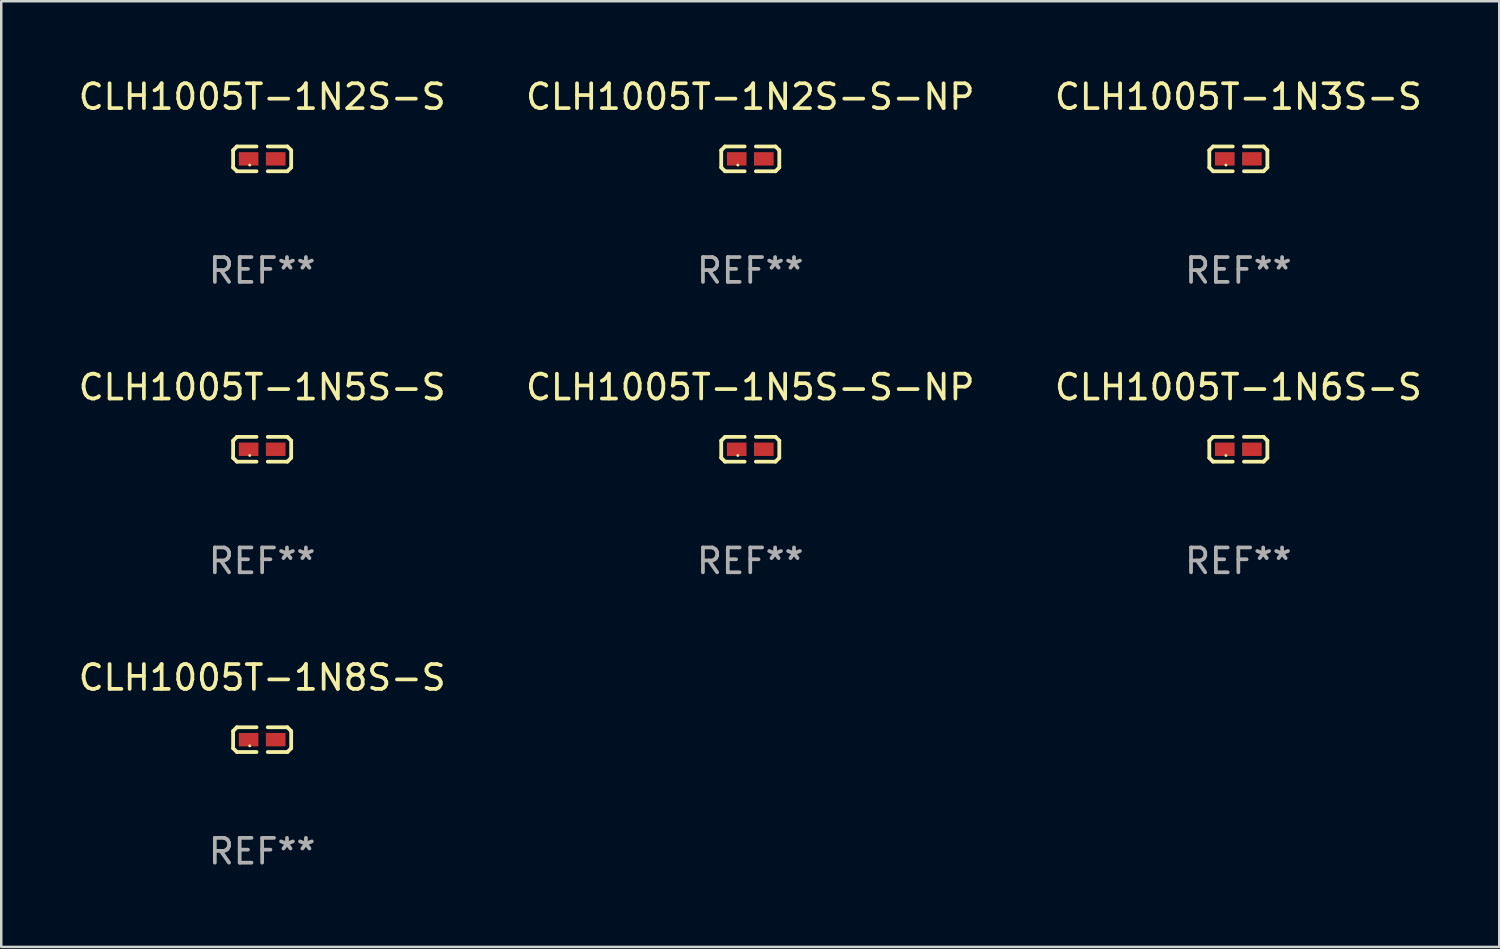
<source format=kicad_pcb>
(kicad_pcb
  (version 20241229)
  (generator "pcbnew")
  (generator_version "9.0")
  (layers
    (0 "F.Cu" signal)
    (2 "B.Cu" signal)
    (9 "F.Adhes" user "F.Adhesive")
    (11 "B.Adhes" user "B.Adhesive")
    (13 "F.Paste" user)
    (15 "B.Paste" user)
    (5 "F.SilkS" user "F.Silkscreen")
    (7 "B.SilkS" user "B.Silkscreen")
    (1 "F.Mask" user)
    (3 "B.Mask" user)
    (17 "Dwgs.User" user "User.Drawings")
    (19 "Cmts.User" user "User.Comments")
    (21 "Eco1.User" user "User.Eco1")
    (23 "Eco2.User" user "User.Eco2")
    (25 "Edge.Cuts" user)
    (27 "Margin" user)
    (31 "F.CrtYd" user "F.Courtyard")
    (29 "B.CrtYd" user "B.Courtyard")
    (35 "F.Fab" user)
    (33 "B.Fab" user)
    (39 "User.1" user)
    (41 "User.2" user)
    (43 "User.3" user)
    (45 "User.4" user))
  (footprint "CLH1005T-1N5S-S"
    (layer "F.Cu")
    (at 7.506 15.041)
    (property "Reference" "CLH1005T-1N5S-S" (at 0 -2.499 0) (layer "F.SilkS") (effects (font (size 1 1) (thickness 0.15))))
    (attr through_hole)
    (fp_line (start -1.169 -0.346) (end -1.016 -0.499) (stroke (width 0.152) (type solid)) (layer "F.SilkS"))
    (fp_line (start -1.169 0.346) (end -1.169 -0.346) (stroke (width 0.152) (type solid)) (layer "F.SilkS"))
    (fp_line (start -1.016 -0.499) (end -0.226 -0.499) (stroke (width 0.152) (type solid)) (layer "F.SilkS"))
    (fp_line (start -1.016 0.499) (end -1.169 0.346) (stroke (width 0.152) (type solid)) (layer "F.SilkS"))
    (fp_line (start -0.226 0.499) (end -1.016 0.499) (stroke (width 0.152) (type solid)) (layer "F.SilkS"))
    (fp_line (start 0.226 0.499) (end 1.016 0.499) (stroke (width 0.152) (type solid)) (layer "F.SilkS"))
    (fp_line (start 1.016 -0.499) (end 0.226 -0.499) (stroke (width 0.152) (type solid)) (layer "F.SilkS"))
    (fp_line (start 1.016 0.499) (end 1.169 0.346) (stroke (width 0.152) (type solid)) (layer "F.SilkS"))
    (fp_line (start 1.169 -0.346) (end 1.016 -0.499) (stroke (width 0.152) (type solid)) (layer "F.SilkS"))
    (fp_line (start 1.169 0.346) (end 1.169 -0.346) (stroke (width 0.152) (type solid)) (layer "F.SilkS"))
    (fp_circle (center -0.5 0.25) (end -0.47 0.25) (stroke (width 0.06) (type solid)) (fill no) (layer "F.SilkS"))
    (fp_text user "REF**" (at 0 4.499 0) (layer "F.Fab") (effects (font (size 1 1) (thickness 0.15))))
    (pad "1" smd rect (at -0.545 0) (size 0.79 0.54) (layers "F.Cu" "F.Mask" "F.Paste"))
    (pad "2" smd rect (at 0.545 0) (size 0.79 0.54) (layers "F.Cu" "F.Mask" "F.Paste")))
  (footprint "CLH1005T-1N3S-S"
    (layer "F.Cu")
    (at 46.815 3.347)
    (property "Reference" "CLH1005T-1N3S-S" (at 0 -2.499 0) (layer "F.SilkS") (effects (font (size 1 1) (thickness 0.15))))
    (attr through_hole)
    (fp_line (start -1.169 -0.346) (end -1.016 -0.499) (stroke (width 0.152) (type solid)) (layer "F.SilkS"))
    (fp_line (start -1.169 0.346) (end -1.169 -0.346) (stroke (width 0.152) (type solid)) (layer "F.SilkS"))
    (fp_line (start -1.016 -0.499) (end -0.226 -0.499) (stroke (width 0.152) (type solid)) (layer "F.SilkS"))
    (fp_line (start -1.016 0.499) (end -1.169 0.346) (stroke (width 0.152) (type solid)) (layer "F.SilkS"))
    (fp_line (start -0.226 0.499) (end -1.016 0.499) (stroke (width 0.152) (type solid)) (layer "F.SilkS"))
    (fp_line (start 0.226 0.499) (end 1.016 0.499) (stroke (width 0.152) (type solid)) (layer "F.SilkS"))
    (fp_line (start 1.016 -0.499) (end 0.226 -0.499) (stroke (width 0.152) (type solid)) (layer "F.SilkS"))
    (fp_line (start 1.016 0.499) (end 1.169 0.346) (stroke (width 0.152) (type solid)) (layer "F.SilkS"))
    (fp_line (start 1.169 -0.346) (end 1.016 -0.499) (stroke (width 0.152) (type solid)) (layer "F.SilkS"))
    (fp_line (start 1.169 0.346) (end 1.169 -0.346) (stroke (width 0.152) (type solid)) (layer "F.SilkS"))
    (fp_circle (center -0.5 0.25) (end -0.47 0.25) (stroke (width 0.06) (type solid)) (fill no) (layer "F.SilkS"))
    (fp_text user "REF**" (at 0 4.499 0) (layer "F.Fab") (effects (font (size 1 1) (thickness 0.15))))
    (pad "1" smd rect (at -0.545 0) (size 0.79 0.54) (layers "F.Cu" "F.Mask" "F.Paste"))
    (pad "2" smd rect (at 0.545 0) (size 0.79 0.54) (layers "F.Cu" "F.Mask" "F.Paste")))
  (footprint "CLH1005T-1N2S-S-NP"
    (layer "F.Cu")
    (at 27.161 3.347)
    (property "Reference" "CLH1005T-1N2S-S-NP" (at 0 -2.499 0) (layer "F.SilkS") (effects (font (size 1 1) (thickness 0.15))))
    (attr through_hole)
    (fp_line (start -1.169 -0.346) (end -1.016 -0.499) (stroke (width 0.152) (type solid)) (layer "F.SilkS"))
    (fp_line (start -1.169 0.346) (end -1.169 -0.346) (stroke (width 0.152) (type solid)) (layer "F.SilkS"))
    (fp_line (start -1.016 -0.499) (end -0.226 -0.499) (stroke (width 0.152) (type solid)) (layer "F.SilkS"))
    (fp_line (start -1.016 0.499) (end -1.169 0.346) (stroke (width 0.152) (type solid)) (layer "F.SilkS"))
    (fp_line (start -0.226 0.499) (end -1.016 0.499) (stroke (width 0.152) (type solid)) (layer "F.SilkS"))
    (fp_line (start 0.226 0.499) (end 1.016 0.499) (stroke (width 0.152) (type solid)) (layer "F.SilkS"))
    (fp_line (start 1.016 -0.499) (end 0.226 -0.499) (stroke (width 0.152) (type solid)) (layer "F.SilkS"))
    (fp_line (start 1.016 0.499) (end 1.169 0.346) (stroke (width 0.152) (type solid)) (layer "F.SilkS"))
    (fp_line (start 1.169 -0.346) (end 1.016 -0.499) (stroke (width 0.152) (type solid)) (layer "F.SilkS"))
    (fp_line (start 1.169 0.346) (end 1.169 -0.346) (stroke (width 0.152) (type solid)) (layer "F.SilkS"))
    (fp_circle (center -0.5 0.25) (end -0.47 0.25) (stroke (width 0.06) (type solid)) (fill no) (layer "F.SilkS"))
    (fp_text user "REF**" (at 0 4.499 0) (layer "F.Fab") (effects (font (size 1 1) (thickness 0.15))))
    (pad "1" smd rect (at -0.545 0) (size 0.79 0.54) (layers "F.Cu" "F.Mask" "F.Paste"))
    (pad "2" smd rect (at 0.545 0) (size 0.79 0.54) (layers "F.Cu" "F.Mask" "F.Paste")))
  (footprint "CLH1005T-1N8S-S"
    (layer "F.Cu")
    (at 7.506 26.734)
    (property "Reference" "CLH1005T-1N8S-S" (at 0 -2.499 0) (layer "F.SilkS") (effects (font (size 1 1) (thickness 0.15))))
    (attr through_hole)
    (fp_line (start -1.169 -0.346) (end -1.016 -0.499) (stroke (width 0.152) (type solid)) (layer "F.SilkS"))
    (fp_line (start -1.169 0.346) (end -1.169 -0.346) (stroke (width 0.152) (type solid)) (layer "F.SilkS"))
    (fp_line (start -1.016 -0.499) (end -0.226 -0.499) (stroke (width 0.152) (type solid)) (layer "F.SilkS"))
    (fp_line (start -1.016 0.499) (end -1.169 0.346) (stroke (width 0.152) (type solid)) (layer "F.SilkS"))
    (fp_line (start -0.226 0.499) (end -1.016 0.499) (stroke (width 0.152) (type solid)) (layer "F.SilkS"))
    (fp_line (start 0.226 0.499) (end 1.016 0.499) (stroke (width 0.152) (type solid)) (layer "F.SilkS"))
    (fp_line (start 1.016 -0.499) (end 0.226 -0.499) (stroke (width 0.152) (type solid)) (layer "F.SilkS"))
    (fp_line (start 1.016 0.499) (end 1.169 0.346) (stroke (width 0.152) (type solid)) (layer "F.SilkS"))
    (fp_line (start 1.169 -0.346) (end 1.016 -0.499) (stroke (width 0.152) (type solid)) (layer "F.SilkS"))
    (fp_line (start 1.169 0.346) (end 1.169 -0.346) (stroke (width 0.152) (type solid)) (layer "F.SilkS"))
    (fp_circle (center -0.5 0.25) (end -0.47 0.25) (stroke (width 0.06) (type solid)) (fill no) (layer "F.SilkS"))
    (fp_text user "REF**" (at 0 4.499 0) (layer "F.Fab") (effects (font (size 1 1) (thickness 0.15))))
    (pad "1" smd rect (at -0.545 0) (size 0.79 0.54) (layers "F.Cu" "F.Mask" "F.Paste"))
    (pad "2" smd rect (at 0.545 0) (size 0.79 0.54) (layers "F.Cu" "F.Mask" "F.Paste")))
  (footprint "CLH1005T-1N5S-S-NP"
    (layer "F.Cu")
    (at 27.161 15.041)
    (property "Reference" "CLH1005T-1N5S-S-NP" (at 0 -2.499 0) (layer "F.SilkS") (effects (font (size 1 1) (thickness 0.15))))
    (attr through_hole)
    (fp_line (start -1.169 -0.346) (end -1.016 -0.499) (stroke (width 0.152) (type solid)) (layer "F.SilkS"))
    (fp_line (start -1.169 0.346) (end -1.169 -0.346) (stroke (width 0.152) (type solid)) (layer "F.SilkS"))
    (fp_line (start -1.016 -0.499) (end -0.226 -0.499) (stroke (width 0.152) (type solid)) (layer "F.SilkS"))
    (fp_line (start -1.016 0.499) (end -1.169 0.346) (stroke (width 0.152) (type solid)) (layer "F.SilkS"))
    (fp_line (start -0.226 0.499) (end -1.016 0.499) (stroke (width 0.152) (type solid)) (layer "F.SilkS"))
    (fp_line (start 0.226 0.499) (end 1.016 0.499) (stroke (width 0.152) (type solid)) (layer "F.SilkS"))
    (fp_line (start 1.016 -0.499) (end 0.226 -0.499) (stroke (width 0.152) (type solid)) (layer "F.SilkS"))
    (fp_line (start 1.016 0.499) (end 1.169 0.346) (stroke (width 0.152) (type solid)) (layer "F.SilkS"))
    (fp_line (start 1.169 -0.346) (end 1.016 -0.499) (stroke (width 0.152) (type solid)) (layer "F.SilkS"))
    (fp_line (start 1.169 0.346) (end 1.169 -0.346) (stroke (width 0.152) (type solid)) (layer "F.SilkS"))
    (fp_circle (center -0.5 0.25) (end -0.47 0.25) (stroke (width 0.06) (type solid)) (fill no) (layer "F.SilkS"))
    (fp_text user "REF**" (at 0 4.499 0) (layer "F.Fab") (effects (font (size 1 1) (thickness 0.15))))
    (pad "1" smd rect (at -0.545 0) (size 0.79 0.54) (layers "F.Cu" "F.Mask" "F.Paste"))
    (pad "2" smd rect (at 0.545 0) (size 0.79 0.54) (layers "F.Cu" "F.Mask" "F.Paste")))
  (footprint "CLH1005T-1N2S-S"
    (layer "F.Cu")
    (at 7.506 3.347)
    (property "Reference" "CLH1005T-1N2S-S" (at 0 -2.499 0) (layer "F.SilkS") (effects (font (size 1 1) (thickness 0.15))))
    (attr through_hole)
    (fp_line (start -1.169 -0.346) (end -1.016 -0.499) (stroke (width 0.152) (type solid)) (layer "F.SilkS"))
    (fp_line (start -1.169 0.346) (end -1.169 -0.346) (stroke (width 0.152) (type solid)) (layer "F.SilkS"))
    (fp_line (start -1.016 -0.499) (end -0.226 -0.499) (stroke (width 0.152) (type solid)) (layer "F.SilkS"))
    (fp_line (start -1.016 0.499) (end -1.169 0.346) (stroke (width 0.152) (type solid)) (layer "F.SilkS"))
    (fp_line (start -0.226 0.499) (end -1.016 0.499) (stroke (width 0.152) (type solid)) (layer "F.SilkS"))
    (fp_line (start 0.226 0.499) (end 1.016 0.499) (stroke (width 0.152) (type solid)) (layer "F.SilkS"))
    (fp_line (start 1.016 -0.499) (end 0.226 -0.499) (stroke (width 0.152) (type solid)) (layer "F.SilkS"))
    (fp_line (start 1.016 0.499) (end 1.169 0.346) (stroke (width 0.152) (type solid)) (layer "F.SilkS"))
    (fp_line (start 1.169 -0.346) (end 1.016 -0.499) (stroke (width 0.152) (type solid)) (layer "F.SilkS"))
    (fp_line (start 1.169 0.346) (end 1.169 -0.346) (stroke (width 0.152) (type solid)) (layer "F.SilkS"))
    (fp_circle (center -0.5 0.25) (end -0.47 0.25) (stroke (width 0.06) (type solid)) (fill no) (layer "F.SilkS"))
    (fp_text user "REF**" (at 0 4.499 0) (layer "F.Fab") (effects (font (size 1 1) (thickness 0.15))))
    (pad "1" smd rect (at -0.545 0) (size 0.79 0.54) (layers "F.Cu" "F.Mask" "F.Paste"))
    (pad "2" smd rect (at 0.545 0) (size 0.79 0.54) (layers "F.Cu" "F.Mask" "F.Paste")))
  (footprint "CLH1005T-1N6S-S"
    (layer "F.Cu")
    (at 46.815 15.041)
    (property "Reference" "CLH1005T-1N6S-S" (at 0 -2.499 0) (layer "F.SilkS") (effects (font (size 1 1) (thickness 0.15))))
    (attr through_hole)
    (fp_line (start -1.169 -0.346) (end -1.016 -0.499) (stroke (width 0.152) (type solid)) (layer "F.SilkS"))
    (fp_line (start -1.169 0.346) (end -1.169 -0.346) (stroke (width 0.152) (type solid)) (layer "F.SilkS"))
    (fp_line (start -1.016 -0.499) (end -0.226 -0.499) (stroke (width 0.152) (type solid)) (layer "F.SilkS"))
    (fp_line (start -1.016 0.499) (end -1.169 0.346) (stroke (width 0.152) (type solid)) (layer "F.SilkS"))
    (fp_line (start -0.226 0.499) (end -1.016 0.499) (stroke (width 0.152) (type solid)) (layer "F.SilkS"))
    (fp_line (start 0.226 0.499) (end 1.016 0.499) (stroke (width 0.152) (type solid)) (layer "F.SilkS"))
    (fp_line (start 1.016 -0.499) (end 0.226 -0.499) (stroke (width 0.152) (type solid)) (layer "F.SilkS"))
    (fp_line (start 1.016 0.499) (end 1.169 0.346) (stroke (width 0.152) (type solid)) (layer "F.SilkS"))
    (fp_line (start 1.169 -0.346) (end 1.016 -0.499) (stroke (width 0.152) (type solid)) (layer "F.SilkS"))
    (fp_line (start 1.169 0.346) (end 1.169 -0.346) (stroke (width 0.152) (type solid)) (layer "F.SilkS"))
    (fp_circle (center -0.5 0.25) (end -0.47 0.25) (stroke (width 0.06) (type solid)) (fill no) (layer "F.SilkS"))
    (fp_text user "REF**" (at 0 4.499 0) (layer "F.Fab") (effects (font (size 1 1) (thickness 0.15))))
    (pad "1" smd rect (at -0.545 0) (size 0.79 0.54) (layers "F.Cu" "F.Mask" "F.Paste"))
    (pad "2" smd rect (at 0.545 0) (size 0.79 0.54) (layers "F.Cu" "F.Mask" "F.Paste")))
  (gr_rect
    (start -3 -3)
    (end 57.321 35.081)
    (stroke (width 0.1) (type default))
    (fill no)
    (layer "Edge.Cuts")))
</source>
